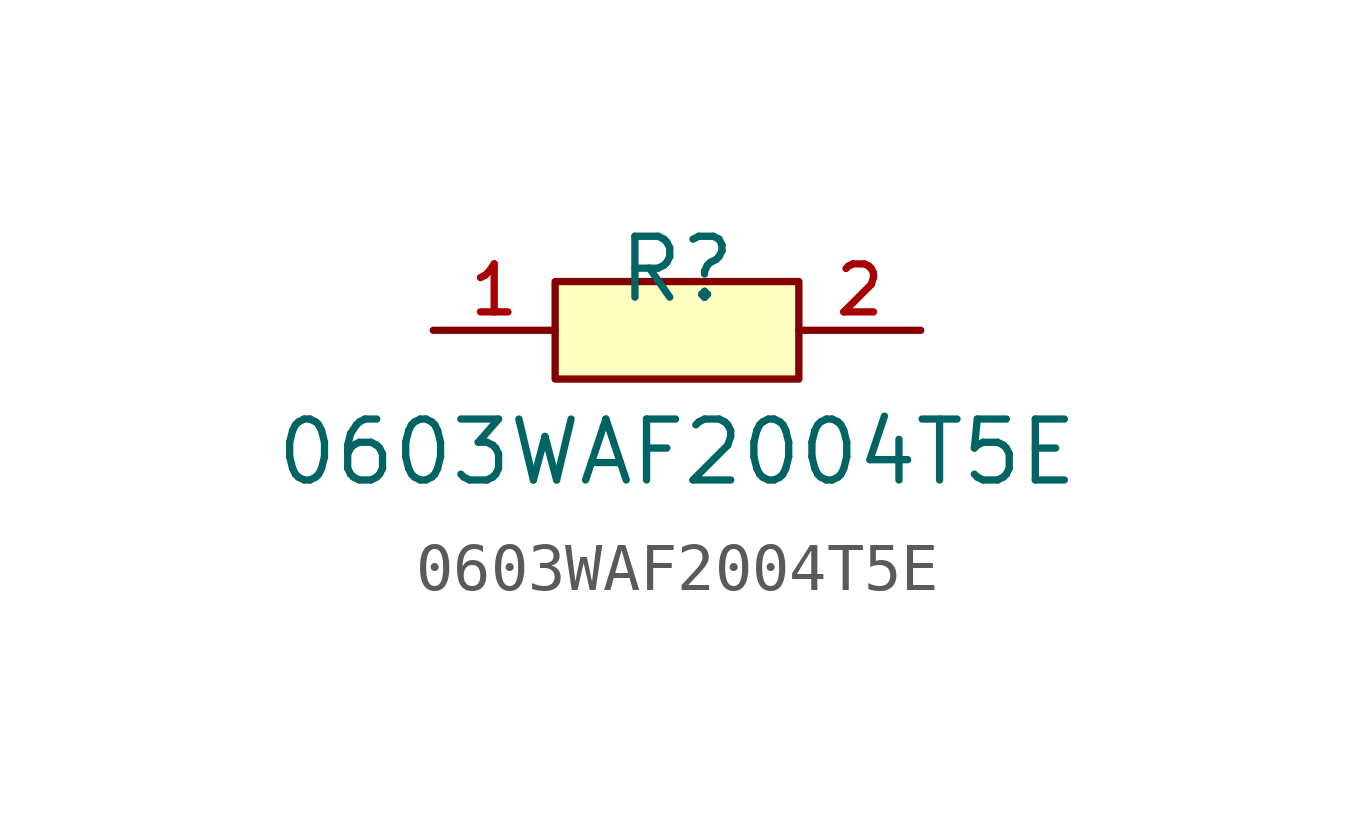
<source format=kicad_sym>
(kicad_symbol_lib
  (version 20210201)
  (generator TousstNicolas/JLC2KiCad_lib)
  (symbol "0603WAF2004T5E"
    (pin_names hide)
    (property "Reference" "R"
      (at 0 1.27 0)
      (effects (font (size 1.27 1.27))))
    (property "Value" "0603WAF2004T5E"
      (at 0 -2.54 0)
      (effects (font (size 1.27 1.27))))
    (symbol "0603WAF2004T5E_0_1"
      (pin input line (at 5.08 -0.0 180) (length 2.54) (name "2" (effects (font (size 1 1)))) (number "2" (effects (font (size 1 1)))))
      (pin input line (at -5.08 -0.0 0) (length 2.54) (name "1" (effects (font (size 1 1)))) (number "1" (effects (font (size 1 1)))))
      (rectangle (start -2.54 1.016) (end 2.54 -1.016) (stroke (width 0) (type default) (color 0 0 0 0)) (fill (type background))))))
</source>
